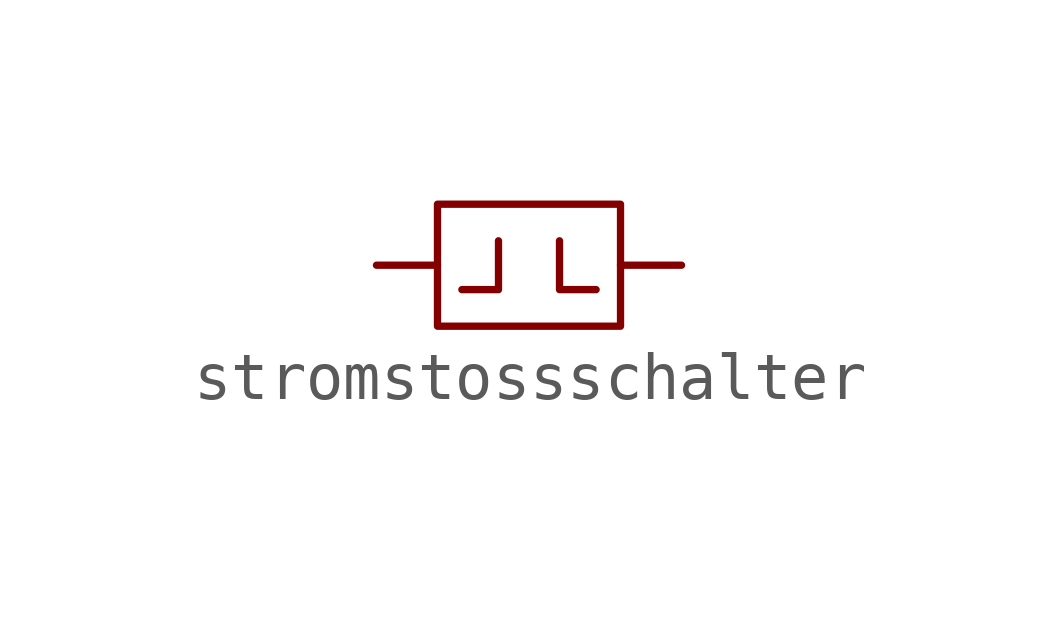
<source format=kicad_sym>
(kicad_symbol_lib
  (version 20211014)
  (generator kicad_symbol_editor)
  (symbol "stromstossschalter"
    (pin_numbers hide)
    (pin_names
      (offset 0) hide)
    (property "Reference" "U"
      (at -5.08 3.81 0)
      (effects (font (size 1.27 1.27)) hide))
    (symbol "stromstossschalter_0_0"
      (polyline (pts (xy 1.778 -0.508) (xy 2.54 -0.508) (xy 2.54 0.508)) (stroke (width 0) (type default) (color 0 0 0 0)) (fill (type none)))
      (polyline (pts (xy 4.572 -0.508) (xy 3.81 -0.508) (xy 3.81 0.508)) (stroke (width 0) (type default) (color 0 0 0 0)) (fill (type none)))
      (rectangle (start 1.27 1.27) (end 5.08 -1.27) (stroke (width 0) (type default) (color 0 0 0 0)) (fill (type none))))
    (symbol "stromstossschalter_1_1"
      (pin passive line (at 0 0 0) (length 1.27) (name "2" (effects (font (size 1.27 1.27)))) (number "2" (effects (font (size 1.27 1.27)))))
      (pin passive line (at 6.35 0 180) (length 1.27) (name "2" (effects (font (size 1.27 1.27)))) (number "2" (effects (font (size 1.27 1.27))))))))
</source>
